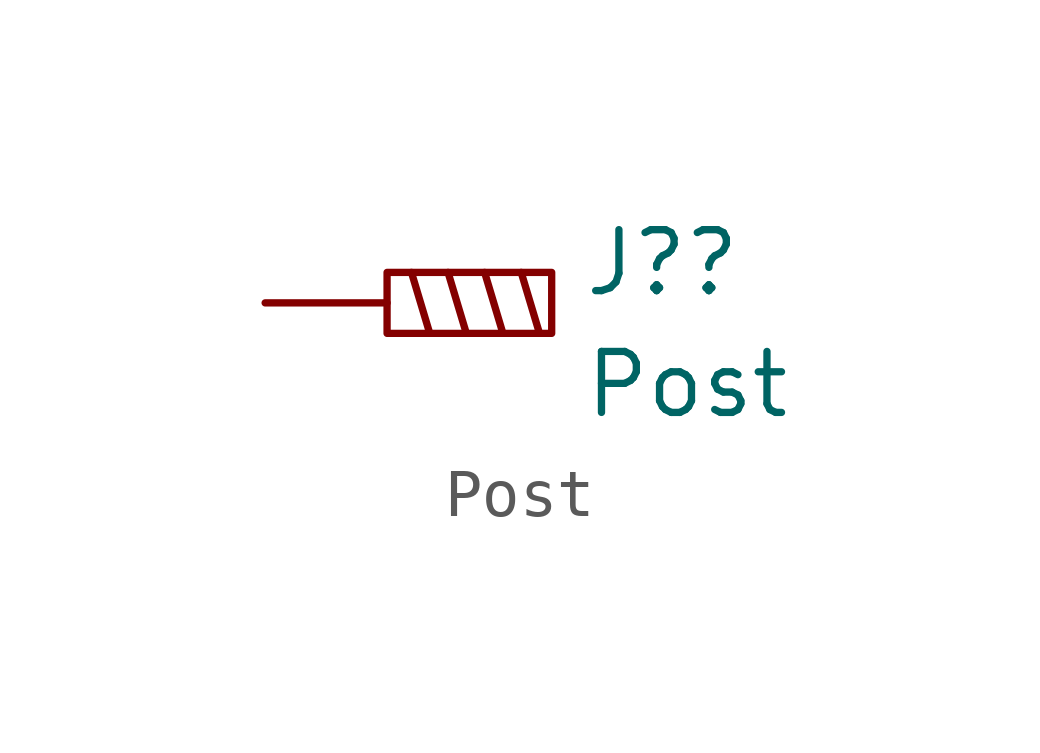
<source format=kicad_sym>
(kicad_symbol_lib
  (version 20211014)
  (generator kicad_symbol_editor)
  (symbol "Post"
    (pin_numbers hide)
    (pin_names
      (offset 0) hide)
    (property "Reference" "J?"
      (at 6.604 0.835 0)
      (effects (font (size 1.27 1.27)) (justify left)))
    (property "Value" "Post"
      (at 6.604 -1.702 0)
      (effects (font (size 1.27 1.27)) (justify left)))
    (symbol "Post_0_1"
      (polyline (pts (xy 3.429 -0.635) (xy 3.048 0.635)) (stroke (width 0) (type default) (color 0 0 0 0)) (fill (type none)))
      (polyline (pts (xy 4.191 -0.635) (xy 3.81 0.635)) (stroke (width 0) (type default) (color 0 0 0 0)) (fill (type none)))
      (polyline (pts (xy 4.953 -0.635) (xy 4.572 0.635)) (stroke (width 0) (type default) (color 0 0 0 0)) (fill (type none)))
      (polyline (pts (xy 5.715 -0.635) (xy 5.334 0.635)) (stroke (width 0) (type default) (color 0 0 0 0)) (fill (type none)))
      (rectangle (start 2.54 0.635) (end 5.969 -0.635) (stroke (width 0) (type default) (color 0 0 0 0)) (fill (type none))))
    (symbol "Post_1_1"
      (pin passive line (at 0 0 0) (length 2.54) (name "1" (effects (font (size 1.27 1.27)))) (number "1" (effects (font (size 1.27 1.27))))))))
</source>
